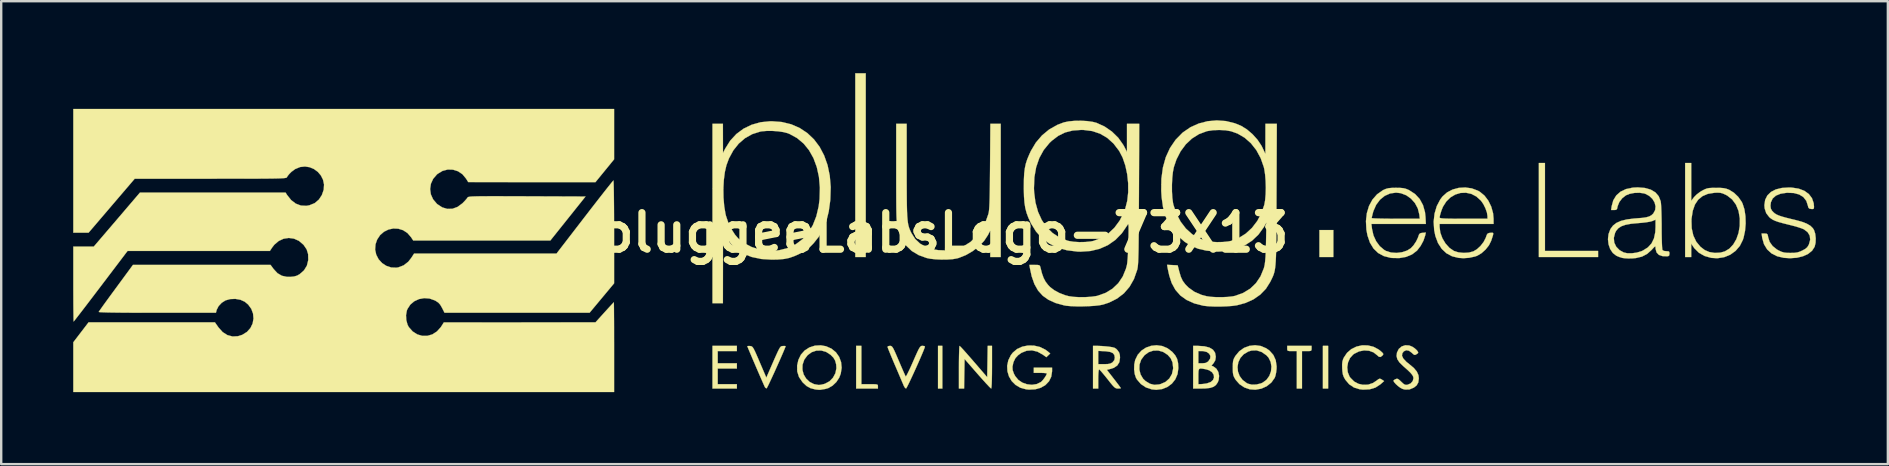
<source format=kicad_pcb>
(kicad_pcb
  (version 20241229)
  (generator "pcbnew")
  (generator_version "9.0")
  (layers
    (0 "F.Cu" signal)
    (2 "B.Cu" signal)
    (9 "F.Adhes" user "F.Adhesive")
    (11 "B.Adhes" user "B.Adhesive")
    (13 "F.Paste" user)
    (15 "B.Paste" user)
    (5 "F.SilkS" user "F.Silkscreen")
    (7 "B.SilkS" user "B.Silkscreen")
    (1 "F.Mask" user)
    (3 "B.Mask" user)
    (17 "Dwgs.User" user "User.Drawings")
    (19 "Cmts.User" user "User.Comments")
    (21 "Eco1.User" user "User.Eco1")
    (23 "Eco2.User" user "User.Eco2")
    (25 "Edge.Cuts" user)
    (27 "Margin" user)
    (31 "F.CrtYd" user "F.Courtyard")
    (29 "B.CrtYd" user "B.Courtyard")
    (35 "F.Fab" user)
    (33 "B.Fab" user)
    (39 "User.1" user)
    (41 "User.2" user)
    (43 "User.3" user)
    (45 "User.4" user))
  (footprint "pluggeeLabsLogo-73X13"
    (layer "F.Cu")
    (at 36.291 6.645)
    (property "Reference" "pluggeeLabsLogo-73X13" (at 0 0 0) (layer "F.SilkS") (effects (font (size 1.524 1.524) (thickness 0.3))))
    (attr through_hole)
    (fp_poly (pts (xy -3.266 1.016) (xy -3.701 1.016) (xy -3.701 -6.64) (xy -3.266 -6.64) (xy -3.266 1.016)) (stroke (width 0.01) (type solid)) (fill yes) (layer "F.SilkS"))
    (fp_poly (pts (xy -0.073 6.495) (xy -0.254 6.495) (xy -0.254 4.717) (xy -0.073 4.717) (xy -0.073 6.495)) (stroke (width 0.01) (type solid)) (fill yes) (layer "F.SilkS"))
    (fp_poly (pts (xy 16.002 6.495) (xy 15.784 6.495) (xy 15.784 4.717) (xy 16.002 4.717) (xy 16.002 6.495)) (stroke (width 0.01) (type solid)) (fill yes) (layer "F.SilkS"))
    (fp_poly (pts (xy 16.22 1.016) (xy 15.639 1.016) (xy 15.639 -0.109) (xy 16.22 -0.109) (xy 16.22 1.016)) (stroke (width 0.01) (type solid)) (fill yes) (layer "F.SilkS"))
    (fp_poly (pts (xy 25.037 0.762) (xy 27.251 0.762) (xy 27.251 1.016) (xy 24.783 1.016) (xy 24.783 -2.903) (xy 25.037 -2.903) (xy 25.037 0.762)) (stroke (width 0.01) (type solid)) (fill yes) (layer "F.SilkS"))
    (fp_poly (pts (xy -8.636 4.935) (xy -9.434 4.935) (xy -9.434 5.443) (xy -8.636 5.443) (xy -8.636 5.661) (xy -9.434 5.661) (xy -9.434 6.314) (xy -8.636 6.314) (xy -8.636 6.495) (xy -9.652 6.495) (xy -9.652 4.717) (xy -8.636 4.717) (xy -8.636 4.935)) (stroke (width 0.01) (type solid)) (fill yes) (layer "F.SilkS"))
    (fp_poly (pts (xy -3.447 6.314) (xy -3.102 6.314) (xy -2.943 6.314) (xy -2.842 6.319) (xy -2.787 6.33) (xy -2.763 6.352) (xy -2.758 6.389) (xy -2.758 6.404) (xy -2.758 6.495) (xy -3.665 6.495) (xy -3.665 4.717) (xy -3.447 4.717) (xy -3.447 6.314)) (stroke (width 0.01) (type solid)) (fill yes) (layer "F.SilkS"))
    (fp_poly (pts (xy 15.313 4.826) (xy 15.309 4.888) (xy 15.287 4.921) (xy 15.229 4.933) (xy 15.116 4.935) (xy 14.913 4.935) (xy 14.913 6.495) (xy 14.696 6.495) (xy 14.696 4.935) (xy 14.496 4.935) (xy 14.382 4.933) (xy 14.323 4.921) (xy 14.3 4.889) (xy 14.297 4.828) (xy 14.297 4.717) (xy 15.313 4.717) (xy 15.313 4.826)) (stroke (width 0.01) (type solid)) (fill yes) (layer "F.SilkS"))
    (fp_poly (pts (xy 1.996 5.606) (xy 1.994 5.88) (xy 1.99 6.112) (xy 1.984 6.295) (xy 1.976 6.423) (xy 1.966 6.488) (xy 1.962 6.495) (xy 1.929 6.469) (xy 1.856 6.396) (xy 1.75 6.283) (xy 1.619 6.138) (xy 1.469 5.97) (xy 1.39 5.88) (xy 0.853 5.265) (xy 0.833 6.495) (xy 0.617 6.495) (xy 0.617 5.606) (xy 0.618 5.361) (xy 0.621 5.141) (xy 0.626 4.958) (xy 0.631 4.82) (xy 0.638 4.737) (xy 0.644 4.718) (xy 0.674 4.744) (xy 0.745 4.818) (xy 0.849 4.932) (xy 0.979 5.079) (xy 1.129 5.25) (xy 1.234 5.371) (xy 1.796 6.023) (xy 1.806 5.37) (xy 1.816 4.717) (xy 1.996 4.717) (xy 1.996 5.606)) (stroke (width 0.01) (type solid)) (fill yes) (layer "F.SilkS"))
    (fp_poly (pts (xy -6.604 4.728) (xy -6.604 4.729) (xy -6.618 4.774) (xy -6.658 4.873) (xy -6.718 5.015) (xy -6.794 5.19) (xy -6.881 5.387) (xy -6.974 5.595) (xy -7.068 5.804) (xy -7.159 6.002) (xy -7.242 6.18) (xy -7.311 6.327) (xy -7.363 6.431) (xy -7.392 6.483) (xy -7.395 6.487) (xy -7.441 6.47) (xy -7.469 6.434) (xy -7.494 6.38) (xy -7.541 6.274) (xy -7.606 6.126) (xy -7.684 5.948) (xy -7.77 5.75) (xy -7.859 5.543) (xy -7.947 5.338) (xy -8.028 5.147) (xy -8.099 4.979) (xy -8.155 4.847) (xy -8.19 4.76) (xy -8.201 4.731) (xy -8.169 4.722) (xy -8.092 4.723) (xy -8.084 4.724) (xy -8.043 4.73) (xy -8.008 4.745) (xy -7.974 4.778) (xy -7.936 4.837) (xy -7.887 4.933) (xy -7.824 5.072) (xy -7.74 5.265) (xy -7.688 5.388) (xy -7.408 6.041) (xy -7.313 5.823) (xy -7.184 5.526) (xy -7.08 5.288) (xy -6.998 5.104) (xy -6.934 4.965) (xy -6.885 4.866) (xy -6.847 4.799) (xy -6.816 4.759) (xy -6.789 4.737) (xy -6.763 4.728) (xy -6.732 4.725) (xy -6.72 4.724) (xy -6.641 4.721) (xy -6.604 4.728)) (stroke (width 0.01) (type solid)) (fill yes) (layer "F.SilkS"))
    (fp_poly (pts (xy 17.653 4.697) (xy 17.889 4.754) (xy 18.109 4.87) (xy 18.192 4.935) (xy 18.27 5.007) (xy 18.301 5.053) (xy 18.29 5.091) (xy 18.265 5.121) (xy 18.189 5.18) (xy 18.118 5.172) (xy 18.049 5.111) (xy 17.894 4.989) (xy 17.706 4.92) (xy 17.499 4.907) (xy 17.29 4.948) (xy 17.093 5.045) (xy 17.044 5.08) (xy 16.914 5.225) (xy 16.832 5.408) (xy 16.799 5.609) (xy 16.819 5.81) (xy 16.892 5.992) (xy 16.933 6.049) (xy 17.09 6.205) (xy 17.266 6.298) (xy 17.445 6.338) (xy 17.667 6.334) (xy 17.869 6.265) (xy 18.017 6.168) (xy 18.1 6.105) (xy 18.153 6.084) (xy 18.203 6.099) (xy 18.242 6.123) (xy 18.335 6.184) (xy 18.18 6.321) (xy 17.975 6.455) (xy 17.733 6.528) (xy 17.456 6.541) (xy 17.313 6.525) (xy 17.08 6.453) (xy 16.878 6.318) (xy 16.716 6.125) (xy 16.711 6.116) (xy 16.651 6.007) (xy 16.615 5.904) (xy 16.596 5.776) (xy 16.588 5.655) (xy 16.585 5.493) (xy 16.596 5.375) (xy 16.625 5.275) (xy 16.655 5.208) (xy 16.79 5.007) (xy 16.969 4.852) (xy 17.181 4.748) (xy 17.413 4.695) (xy 17.653 4.697)) (stroke (width 0.01) (type solid)) (fill yes) (layer "F.SilkS"))
    (fp_poly (pts (xy 9.086 4.723) (xy 9.305 4.814) (xy 9.503 4.964) (xy 9.508 4.969) (xy 9.631 5.112) (xy 9.709 5.259) (xy 9.749 5.431) (xy 9.761 5.644) (xy 9.728 5.892) (xy 9.635 6.11) (xy 9.491 6.292) (xy 9.304 6.43) (xy 9.084 6.518) (xy 8.84 6.548) (xy 8.648 6.529) (xy 8.41 6.449) (xy 8.202 6.31) (xy 8.04 6.125) (xy 7.995 6.048) (xy 7.942 5.89) (xy 7.92 5.707) (xy 8.136 5.707) (xy 8.187 5.909) (xy 8.292 6.087) (xy 8.394 6.184) (xy 8.576 6.295) (xy 8.757 6.341) (xy 8.955 6.325) (xy 9.017 6.31) (xy 9.225 6.219) (xy 9.386 6.076) (xy 9.494 5.891) (xy 9.542 5.674) (xy 9.543 5.625) (xy 9.519 5.41) (xy 9.443 5.236) (xy 9.316 5.092) (xy 9.126 4.969) (xy 8.923 4.911) (xy 8.718 4.916) (xy 8.524 4.981) (xy 8.353 5.105) (xy 8.218 5.284) (xy 8.212 5.294) (xy 8.143 5.496) (xy 8.136 5.707) (xy 7.92 5.707) (xy 7.918 5.694) (xy 7.924 5.49) (xy 7.962 5.306) (xy 7.962 5.305) (xy 8.069 5.087) (xy 8.224 4.914) (xy 8.414 4.789) (xy 8.629 4.714) (xy 8.856 4.691) (xy 9.086 4.723)) (stroke (width 0.01) (type solid)) (fill yes) (layer "F.SilkS"))
    (fp_poly (pts (xy 3.745 4.706) (xy 3.99 4.763) (xy 4.216 4.873) (xy 4.319 4.948) (xy 4.422 5.035) (xy 4.341 5.112) (xy 4.259 5.189) (xy 4.116 5.085) (xy 3.89 4.959) (xy 3.663 4.904) (xy 3.44 4.92) (xy 3.225 5.006) (xy 3.084 5.107) (xy 2.97 5.231) (xy 2.897 5.381) (xy 2.883 5.424) (xy 2.849 5.586) (xy 2.856 5.727) (xy 2.908 5.874) (xy 2.963 5.977) (xy 3.089 6.132) (xy 3.257 6.247) (xy 3.451 6.317) (xy 3.655 6.34) (xy 3.852 6.311) (xy 4.025 6.229) (xy 4.052 6.208) (xy 4.115 6.142) (xy 4.185 6.05) (xy 4.245 5.956) (xy 4.279 5.884) (xy 4.282 5.869) (xy 4.248 5.856) (xy 4.16 5.847) (xy 4.035 5.842) (xy 4.01 5.842) (xy 3.737 5.842) (xy 3.737 5.624) (xy 4.499 5.624) (xy 4.499 5.779) (xy 4.465 6.002) (xy 4.371 6.194) (xy 4.224 6.348) (xy 4.032 6.461) (xy 3.801 6.527) (xy 3.539 6.54) (xy 3.421 6.529) (xy 3.18 6.464) (xy 2.977 6.345) (xy 2.816 6.184) (xy 2.702 5.99) (xy 2.638 5.775) (xy 2.627 5.548) (xy 2.675 5.32) (xy 2.783 5.102) (xy 2.862 5) (xy 3.04 4.849) (xy 3.256 4.75) (xy 3.496 4.702) (xy 3.745 4.706)) (stroke (width 0.01) (type solid)) (fill yes) (layer "F.SilkS"))
    (fp_poly (pts (xy -4.92 4.733) (xy -4.692 4.834) (xy -4.509 4.984) (xy -4.374 5.175) (xy -4.293 5.394) (xy -4.269 5.631) (xy -4.307 5.876) (xy -4.372 6.044) (xy -4.492 6.226) (xy -4.65 6.376) (xy -4.828 6.478) (xy -4.953 6.514) (xy -5.06 6.531) (xy -5.141 6.545) (xy -5.153 6.548) (xy -5.22 6.548) (xy -5.326 6.538) (xy -5.374 6.531) (xy -5.569 6.48) (xy -5.73 6.391) (xy -5.883 6.249) (xy -5.904 6.226) (xy -6.047 6.016) (xy -6.12 5.786) (xy -6.122 5.712) (xy -5.904 5.712) (xy -5.852 5.908) (xy -5.749 6.081) (xy -5.603 6.22) (xy -5.419 6.312) (xy -5.223 6.347) (xy -5.132 6.337) (xy -5.012 6.309) (xy -4.959 6.292) (xy -4.775 6.193) (xy -4.63 6.043) (xy -4.531 5.857) (xy -4.488 5.651) (xy -4.498 5.489) (xy -4.54 5.333) (xy -4.611 5.21) (xy -4.73 5.089) (xy -4.731 5.089) (xy -4.918 4.968) (xy -5.12 4.911) (xy -5.325 4.916) (xy -5.518 4.981) (xy -5.687 5.104) (xy -5.82 5.281) (xy -5.829 5.298) (xy -5.899 5.505) (xy -5.904 5.712) (xy -6.122 5.712) (xy -6.125 5.536) (xy -6.072 5.3) (xy -5.966 5.083) (xy -5.809 4.908) (xy -5.611 4.781) (xy -5.384 4.708) (xy -5.138 4.694) (xy -4.92 4.733)) (stroke (width 0.01) (type solid)) (fill yes) (layer "F.SilkS"))
    (fp_poly (pts (xy -0.828 4.725) (xy -0.798 4.744) (xy -0.812 4.794) (xy -0.851 4.897) (xy -0.911 5.042) (xy -0.987 5.219) (xy -1.073 5.416) (xy -1.166 5.624) (xy -1.26 5.832) (xy -1.351 6.028) (xy -1.433 6.203) (xy -1.503 6.346) (xy -1.555 6.446) (xy -1.584 6.493) (xy -1.587 6.495) (xy -1.63 6.465) (xy -1.676 6.391) (xy -1.682 6.377) (xy -1.71 6.309) (xy -1.763 6.187) (xy -1.834 6.02) (xy -1.918 5.823) (xy -2.011 5.605) (xy -2.045 5.527) (xy -2.137 5.311) (xy -2.218 5.117) (xy -2.284 4.955) (xy -2.332 4.835) (xy -2.356 4.767) (xy -2.359 4.756) (xy -2.327 4.728) (xy -2.256 4.717) (xy -2.219 4.72) (xy -2.186 4.735) (xy -2.152 4.771) (xy -2.113 4.836) (xy -2.062 4.94) (xy -1.995 5.091) (xy -1.906 5.299) (xy -1.887 5.343) (xy -1.802 5.542) (xy -1.726 5.717) (xy -1.664 5.858) (xy -1.62 5.955) (xy -1.599 5.995) (xy -1.599 5.995) (xy -1.579 5.972) (xy -1.534 5.891) (xy -1.471 5.763) (xy -1.393 5.597) (xy -1.306 5.402) (xy -1.292 5.369) (xy -1.194 5.146) (xy -1.119 4.98) (xy -1.063 4.864) (xy -1.019 4.788) (xy -0.984 4.744) (xy -0.952 4.723) (xy -0.917 4.717) (xy -0.903 4.717) (xy -0.828 4.725)) (stroke (width 0.01) (type solid)) (fill yes) (layer "F.SilkS"))
    (fp_poly (pts (xy 6.413 4.718) (xy 6.565 4.724) (xy 6.744 4.738) (xy 6.876 4.752) (xy 7.017 4.774) (xy 7.109 4.801) (xy 7.175 4.845) (xy 7.23 4.904) (xy 7.294 4.997) (xy 7.323 5.096) (xy 7.33 5.214) (xy 7.302 5.397) (xy 7.217 5.535) (xy 7.074 5.632) (xy 6.956 5.672) (xy 6.782 5.716) (xy 7.074 6.092) (xy 7.182 6.232) (xy 7.273 6.351) (xy 7.336 6.437) (xy 7.365 6.479) (xy 7.366 6.481) (xy 7.334 6.49) (xy 7.256 6.495) (xy 7.241 6.495) (xy 7.189 6.491) (xy 7.14 6.473) (xy 7.086 6.433) (xy 7.017 6.36) (xy 6.923 6.247) (xy 6.804 6.096) (xy 6.688 5.952) (xy 6.587 5.831) (xy 6.509 5.743) (xy 6.463 5.7) (xy 6.456 5.697) (xy 6.443 5.731) (xy 6.432 5.823) (xy 6.425 5.961) (xy 6.423 6.096) (xy 6.423 6.495) (xy 6.205 6.495) (xy 6.205 5.479) (xy 6.423 5.479) (xy 6.672 5.479) (xy 6.823 5.474) (xy 6.925 5.454) (xy 7 5.416) (xy 7.016 5.404) (xy 7.093 5.311) (xy 7.112 5.21) (xy 7.093 5.097) (xy 7.032 5.019) (xy 6.92 4.97) (xy 6.747 4.944) (xy 6.692 4.941) (xy 6.423 4.927) (xy 6.423 5.479) (xy 6.205 5.479) (xy 6.205 4.717) (xy 6.413 4.718)) (stroke (width 0.01) (type solid)) (fill yes) (layer "F.SilkS"))
    (fp_poly (pts (xy 10.847 4.735) (xy 11.056 4.788) (xy 11.203 4.877) (xy 11.291 5.003) (xy 11.321 5.168) (xy 11.321 5.171) (xy 11.301 5.316) (xy 11.233 5.433) (xy 11.232 5.435) (xy 11.142 5.541) (xy 11.232 5.582) (xy 11.349 5.673) (xy 11.427 5.808) (xy 11.459 5.969) (xy 11.441 6.138) (xy 11.403 6.238) (xy 11.328 6.347) (xy 11.227 6.422) (xy 11.087 6.469) (xy 10.895 6.491) (xy 10.732 6.495) (xy 10.378 6.495) (xy 10.378 5.987) (xy 10.595 5.987) (xy 10.595 6.314) (xy 10.695 6.312) (xy 10.795 6.304) (xy 10.92 6.286) (xy 10.957 6.279) (xy 11.109 6.224) (xy 11.206 6.137) (xy 11.247 6.032) (xy 11.233 5.921) (xy 11.167 5.818) (xy 11.048 5.736) (xy 10.915 5.694) (xy 10.768 5.667) (xy 10.675 5.66) (xy 10.623 5.687) (xy 10.601 5.757) (xy 10.595 5.881) (xy 10.595 5.987) (xy 10.378 5.987) (xy 10.378 4.935) (xy 10.595 4.935) (xy 10.595 5.443) (xy 10.76 5.443) (xy 10.888 5.43) (xy 10.979 5.385) (xy 11.014 5.354) (xy 11.087 5.244) (xy 11.095 5.136) (xy 11.044 5.041) (xy 10.943 4.971) (xy 10.798 4.936) (xy 10.754 4.935) (xy 10.595 4.935) (xy 10.378 4.935) (xy 10.378 4.717) (xy 10.575 4.717) (xy 10.847 4.735)) (stroke (width 0.01) (type solid)) (fill yes) (layer "F.SilkS"))
    (fp_poly (pts (xy 13.196 4.722) (xy 13.421 4.817) (xy 13.558 4.914) (xy 13.72 5.097) (xy 13.819 5.316) (xy 13.856 5.571) (xy 13.853 5.677) (xy 13.836 5.825) (xy 13.808 5.96) (xy 13.777 6.047) (xy 13.635 6.246) (xy 13.445 6.399) (xy 13.22 6.5) (xy 12.974 6.544) (xy 12.738 6.528) (xy 12.512 6.45) (xy 12.309 6.314) (xy 12.151 6.136) (xy 12.139 6.116) (xy 12.084 6.021) (xy 12.051 5.938) (xy 12.035 5.842) (xy 12.029 5.709) (xy 12.029 5.624) (xy 12.029 5.592) (xy 12.227 5.592) (xy 12.245 5.788) (xy 12.315 5.974) (xy 12.437 6.138) (xy 12.61 6.268) (xy 12.664 6.294) (xy 12.822 6.333) (xy 13.009 6.328) (xy 13.196 6.283) (xy 13.276 6.248) (xy 13.437 6.128) (xy 13.552 5.967) (xy 13.621 5.779) (xy 13.64 5.58) (xy 13.607 5.386) (xy 13.521 5.211) (xy 13.431 5.11) (xy 13.23 4.972) (xy 13.023 4.906) (xy 12.812 4.912) (xy 12.672 4.955) (xy 12.483 5.068) (xy 12.346 5.22) (xy 12.261 5.399) (xy 12.227 5.592) (xy 12.029 5.592) (xy 12.031 5.465) (xy 12.042 5.354) (xy 12.066 5.269) (xy 12.109 5.184) (xy 12.138 5.136) (xy 12.299 4.942) (xy 12.497 4.801) (xy 12.721 4.717) (xy 12.958 4.69) (xy 13.196 4.722)) (stroke (width 0.01) (type solid)) (fill yes) (layer "F.SilkS"))
    (fp_poly (pts (xy 19.379 4.7) (xy 19.509 4.752) (xy 19.613 4.822) (xy 19.698 4.9) (xy 19.713 4.918) (xy 19.754 4.982) (xy 19.746 5.021) (xy 19.69 5.062) (xy 19.631 5.094) (xy 19.585 5.09) (xy 19.526 5.042) (xy 19.492 5.009) (xy 19.371 4.92) (xy 19.256 4.899) (xy 19.157 4.945) (xy 19.094 5.027) (xy 19.08 5.129) (xy 19.136 5.247) (xy 19.262 5.382) (xy 19.383 5.479) (xy 19.573 5.638) (xy 19.698 5.788) (xy 19.766 5.94) (xy 19.782 6.071) (xy 19.76 6.24) (xy 19.69 6.365) (xy 19.576 6.456) (xy 19.392 6.533) (xy 19.207 6.538) (xy 19.104 6.512) (xy 19.016 6.467) (xy 18.915 6.393) (xy 18.821 6.307) (xy 18.75 6.226) (xy 18.723 6.168) (xy 18.753 6.137) (xy 18.812 6.104) (xy 18.868 6.086) (xy 18.919 6.099) (xy 18.986 6.151) (xy 19.048 6.211) (xy 19.139 6.296) (xy 19.205 6.336) (xy 19.271 6.343) (xy 19.313 6.336) (xy 19.443 6.281) (xy 19.529 6.181) (xy 19.558 6.064) (xy 19.546 5.999) (xy 19.506 5.926) (xy 19.43 5.835) (xy 19.311 5.72) (xy 19.142 5.57) (xy 19.13 5.56) (xy 18.977 5.41) (xy 18.886 5.274) (xy 18.853 5.139) (xy 18.871 4.996) (xy 18.946 4.845) (xy 19.066 4.742) (xy 19.215 4.692) (xy 19.379 4.7)) (stroke (width 0.01) (type solid)) (fill yes) (layer "F.SilkS"))
    (fp_poly (pts (xy -1.559 -2.567) (xy -1.559 -2.113) (xy -1.557 -1.725) (xy -1.555 -1.396) (xy -1.551 -1.121) (xy -1.545 -0.893) (xy -1.537 -0.705) (xy -1.525 -0.552) (xy -1.51 -0.425) (xy -1.491 -0.32) (xy -1.467 -0.23) (xy -1.438 -0.148) (xy -1.404 -0.068) (xy -1.363 0.016) (xy -1.206 0.262) (xy -1 0.457) (xy -0.743 0.602) (xy -0.433 0.697) (xy -0.24 0.729) (xy 0.135 0.742) (xy 0.485 0.688) (xy 0.807 0.57) (xy 1.097 0.389) (xy 1.353 0.148) (xy 1.571 -0.15) (xy 1.748 -0.504) (xy 1.841 -0.768) (xy 1.855 -0.822) (xy 1.867 -0.891) (xy 1.877 -0.982) (xy 1.885 -1.1) (xy 1.892 -1.252) (xy 1.898 -1.444) (xy 1.902 -1.684) (xy 1.907 -1.976) (xy 1.91 -2.328) (xy 1.914 -2.747) (xy 1.914 -2.749) (xy 1.927 -4.536) (xy 2.359 -4.536) (xy 2.359 1.016) (xy 1.923 1.016) (xy 1.923 -0.087) (xy 1.824 0.105) (xy 1.666 0.343) (xy 1.451 0.568) (xy 1.193 0.768) (xy 0.907 0.934) (xy 0.609 1.053) (xy 0.544 1.071) (xy 0.367 1.103) (xy 0.142 1.119) (xy -0.106 1.122) (xy -0.354 1.111) (xy -0.578 1.087) (xy -0.728 1.056) (xy -1.064 0.934) (xy -1.348 0.763) (xy -1.58 0.541) (xy -1.761 0.268) (xy -1.894 -0.059) (xy -1.924 -0.166) (xy -1.939 -0.23) (xy -1.952 -0.296) (xy -1.963 -0.369) (xy -1.972 -0.456) (xy -1.979 -0.565) (xy -1.985 -0.7) (xy -1.989 -0.869) (xy -1.992 -1.077) (xy -1.994 -1.332) (xy -1.995 -1.64) (xy -1.996 -2.006) (xy -1.996 -2.439) (xy -1.996 -2.491) (xy -1.996 -4.536) (xy -1.56 -4.536) (xy -1.559 -2.567)) (stroke (width 0.01) (type solid)) (fill yes) (layer "F.SilkS"))
    (fp_poly (pts (xy 31.133 -1.329) (xy 31.249 -1.48) (xy 31.355 -1.588) (xy 31.497 -1.696) (xy 31.584 -1.749) (xy 31.691 -1.804) (xy 31.78 -1.839) (xy 31.873 -1.858) (xy 31.993 -1.866) (xy 32.162 -1.868) (xy 32.167 -1.868) (xy 32.351 -1.866) (xy 32.485 -1.855) (xy 32.592 -1.832) (xy 32.695 -1.794) (xy 32.722 -1.782) (xy 32.914 -1.662) (xy 33.091 -1.492) (xy 33.232 -1.291) (xy 33.273 -1.209) (xy 33.35 -0.969) (xy 33.392 -0.686) (xy 33.401 -0.382) (xy 33.375 -0.076) (xy 33.314 0.208) (xy 33.285 0.299) (xy 33.159 0.551) (xy 32.98 0.759) (xy 32.759 0.918) (xy 32.505 1.022) (xy 32.226 1.066) (xy 31.968 1.051) (xy 31.69 0.973) (xy 31.453 0.838) (xy 31.262 0.649) (xy 31.201 0.562) (xy 31.133 0.454) (xy 31.133 0.735) (xy 31.133 1.016) (xy 30.879 1.016) (xy 30.879 -0.521) (xy 31.142 -0.521) (xy 31.152 -0.183) (xy 31.219 0.117) (xy 31.341 0.376) (xy 31.519 0.591) (xy 31.697 0.726) (xy 31.892 0.809) (xy 32.118 0.844) (xy 32.35 0.831) (xy 32.533 0.78) (xy 32.723 0.665) (xy 32.884 0.492) (xy 33.013 0.271) (xy 33.104 0.01) (xy 33.153 -0.279) (xy 33.156 -0.587) (xy 33.155 -0.6) (xy 33.103 -0.906) (xy 32.997 -1.167) (xy 32.84 -1.381) (xy 32.634 -1.544) (xy 32.564 -1.581) (xy 32.446 -1.634) (xy 32.345 -1.661) (xy 32.23 -1.667) (xy 32.103 -1.662) (xy 31.828 -1.618) (xy 31.602 -1.522) (xy 31.422 -1.374) (xy 31.288 -1.172) (xy 31.197 -0.913) (xy 31.147 -0.595) (xy 31.142 -0.521) (xy 30.879 -0.521) (xy 30.879 -2.903) (xy 31.133 -2.903) (xy 31.133 -1.329)) (stroke (width 0.01) (type solid)) (fill yes) (layer "F.SilkS"))
    (fp_poly (pts (xy 19.005 -1.866) (xy 19.13 -1.855) (xy 19.231 -1.832) (xy 19.332 -1.792) (xy 19.382 -1.768) (xy 19.625 -1.61) (xy 19.817 -1.403) (xy 19.955 -1.149) (xy 20.038 -0.856) (xy 20.059 -0.662) (xy 20.075 -0.363) (xy 17.806 -0.363) (xy 17.831 -0.155) (xy 17.891 0.113) (xy 18.002 0.356) (xy 18.154 0.563) (xy 18.339 0.719) (xy 18.417 0.763) (xy 18.621 0.827) (xy 18.851 0.844) (xy 19.083 0.815) (xy 19.296 0.744) (xy 19.451 0.646) (xy 19.562 0.526) (xy 19.667 0.369) (xy 19.743 0.211) (xy 19.756 0.173) (xy 19.79 0.076) (xy 19.832 0.028) (xy 19.904 0.01) (xy 19.937 0.007) (xy 20.073 -0.005) (xy 20.047 0.116) (xy 19.975 0.332) (xy 19.858 0.55) (xy 19.715 0.737) (xy 19.7 0.753) (xy 19.497 0.907) (xy 19.249 1.011) (xy 18.966 1.06) (xy 18.656 1.054) (xy 18.602 1.047) (xy 18.322 0.976) (xy 18.085 0.847) (xy 17.893 0.661) (xy 17.745 0.418) (xy 17.642 0.119) (xy 17.597 -0.121) (xy 17.578 -0.479) (xy 17.592 -0.608) (xy 17.817 -0.608) (xy 17.851 -0.601) (xy 17.949 -0.594) (xy 18.101 -0.589) (xy 18.298 -0.585) (xy 18.531 -0.582) (xy 18.79 -0.581) (xy 18.819 -0.581) (xy 19.822 -0.581) (xy 19.801 -0.76) (xy 19.739 -1.009) (xy 19.62 -1.232) (xy 19.456 -1.418) (xy 19.256 -1.559) (xy 19.03 -1.645) (xy 18.832 -1.668) (xy 18.584 -1.633) (xy 18.359 -1.533) (xy 18.164 -1.374) (xy 18.005 -1.162) (xy 17.89 -0.902) (xy 17.868 -0.826) (xy 17.84 -0.715) (xy 17.821 -0.634) (xy 17.817 -0.608) (xy 17.592 -0.608) (xy 17.615 -0.812) (xy 17.706 -1.114) (xy 17.848 -1.377) (xy 18.039 -1.596) (xy 18.275 -1.763) (xy 18.315 -1.784) (xy 18.414 -1.826) (xy 18.514 -1.852) (xy 18.639 -1.865) (xy 18.811 -1.869) (xy 18.832 -1.869) (xy 19.005 -1.866)) (stroke (width 0.01) (type solid)) (fill yes) (layer "F.SilkS"))
    (fp_poly (pts (xy 21.989 -1.845) (xy 22.243 -1.75) (xy 22.324 -1.704) (xy 22.517 -1.545) (xy 22.678 -1.332) (xy 22.8 -1.082) (xy 22.875 -0.811) (xy 22.896 -0.58) (xy 22.896 -0.363) (xy 20.647 -0.363) (xy 20.647 -0.24) (xy 20.677 -0.003) (xy 20.763 0.234) (xy 20.893 0.451) (xy 21.057 0.633) (xy 21.244 0.761) (xy 21.246 0.762) (xy 21.429 0.82) (xy 21.645 0.843) (xy 21.864 0.83) (xy 22.053 0.78) (xy 22.205 0.689) (xy 22.355 0.55) (xy 22.483 0.384) (xy 22.57 0.214) (xy 22.577 0.194) (xy 22.614 0.089) (xy 22.653 0.035) (xy 22.712 0.013) (xy 22.768 0.007) (xy 22.833 0.002) (xy 22.871 0.008) (xy 22.884 0.037) (xy 22.873 0.102) (xy 22.838 0.214) (xy 22.794 0.345) (xy 22.703 0.527) (xy 22.564 0.703) (xy 22.396 0.854) (xy 22.216 0.961) (xy 22.131 0.992) (xy 21.875 1.048) (xy 21.64 1.064) (xy 21.441 1.051) (xy 21.168 0.985) (xy 20.932 0.859) (xy 20.735 0.674) (xy 20.581 0.434) (xy 20.471 0.141) (xy 20.421 -0.105) (xy 20.399 -0.456) (xy 20.419 -0.634) (xy 20.647 -0.634) (xy 20.655 -0.618) (xy 20.685 -0.606) (xy 20.745 -0.596) (xy 20.842 -0.589) (xy 20.984 -0.585) (xy 21.177 -0.582) (xy 21.431 -0.581) (xy 21.644 -0.581) (xy 22.642 -0.581) (xy 22.642 -0.688) (xy 22.62 -0.835) (xy 22.56 -1.008) (xy 22.475 -1.181) (xy 22.375 -1.327) (xy 22.37 -1.333) (xy 22.18 -1.506) (xy 21.969 -1.616) (xy 21.746 -1.664) (xy 21.52 -1.655) (xy 21.302 -1.589) (xy 21.101 -1.47) (xy 20.926 -1.299) (xy 20.787 -1.08) (xy 20.725 -0.926) (xy 20.685 -0.798) (xy 20.657 -0.693) (xy 20.647 -0.634) (xy 20.419 -0.634) (xy 20.437 -0.795) (xy 20.53 -1.109) (xy 20.676 -1.386) (xy 20.769 -1.508) (xy 20.959 -1.678) (xy 21.191 -1.798) (xy 21.449 -1.867) (xy 21.719 -1.883) (xy 21.989 -1.845)) (stroke (width 0.01) (type solid)) (fill yes) (layer "F.SilkS"))
    (fp_poly (pts (xy -6.762 -4.611) (xy -6.372 -4.516) (xy -6.017 -4.361) (xy -5.7 -4.151) (xy -5.423 -3.888) (xy -5.188 -3.576) (xy -4.999 -3.217) (xy -4.857 -2.817) (xy -4.765 -2.377) (xy -4.725 -1.901) (xy -4.741 -1.393) (xy -4.746 -1.333) (xy -4.807 -0.886) (xy -4.903 -0.495) (xy -5.037 -0.151) (xy -5.213 0.157) (xy -5.435 0.437) (xy -5.457 0.461) (xy -5.599 0.605) (xy -5.725 0.711) (xy -5.865 0.8) (xy -6.038 0.888) (xy -6.262 0.987) (xy -6.471 1.056) (xy -6.685 1.098) (xy -6.929 1.119) (xy -7.182 1.124) (xy -7.622 1.097) (xy -8.014 1.015) (xy -8.357 0.88) (xy -8.651 0.692) (xy -8.896 0.45) (xy -9.092 0.156) (xy -9.126 0.091) (xy -9.214 -0.091) (xy -9.215 1.424) (xy -9.217 2.939) (xy -9.652 2.939) (xy -9.652 -1.834) (xy -9.198 -1.834) (xy -9.193 -1.466) (xy -9.164 -1.112) (xy -9.111 -0.792) (xy -9.091 -0.708) (xy -8.996 -0.426) (xy -8.867 -0.155) (xy -8.713 0.084) (xy -8.577 0.242) (xy -8.322 0.443) (xy -8.021 0.597) (xy -7.688 0.702) (xy -7.336 0.752) (xy -6.979 0.745) (xy -6.858 0.729) (xy -6.5 0.636) (xy -6.18 0.482) (xy -5.9 0.271) (xy -5.663 0.005) (xy -5.471 -0.313) (xy -5.325 -0.682) (xy -5.227 -1.097) (xy -5.19 -1.402) (xy -5.177 -1.878) (xy -5.216 -2.324) (xy -5.306 -2.734) (xy -5.444 -3.106) (xy -5.628 -3.434) (xy -5.855 -3.713) (xy -6.125 -3.94) (xy -6.434 -4.11) (xy -6.525 -4.147) (xy -6.697 -4.191) (xy -6.915 -4.223) (xy -7.155 -4.24) (xy -7.39 -4.24) (xy -7.597 -4.223) (xy -7.661 -4.212) (xy -7.993 -4.107) (xy -8.293 -3.939) (xy -8.557 -3.712) (xy -8.782 -3.431) (xy -8.963 -3.098) (xy -9.07 -2.812) (xy -9.136 -2.528) (xy -9.179 -2.195) (xy -9.198 -1.834) (xy -9.652 -1.834) (xy -9.652 -4.536) (xy -9.217 -4.536) (xy -9.216 -3.928) (xy -9.215 -3.32) (xy -9.122 -3.502) (xy -8.914 -3.832) (xy -8.658 -4.11) (xy -8.358 -4.333) (xy -8.019 -4.497) (xy -7.645 -4.602) (xy -7.241 -4.643) (xy -7.185 -4.643) (xy -6.762 -4.611)) (stroke (width 0.01) (type solid)) (fill yes) (layer "F.SilkS"))
    (fp_poly (pts (xy 35.324 -1.878) (xy 35.609 -1.834) (xy 35.847 -1.744) (xy 36.033 -1.61) (xy 36.164 -1.436) (xy 36.236 -1.226) (xy 36.249 -1.077) (xy 36.242 -1.008) (xy 36.205 -0.984) (xy 36.132 -0.986) (xy 36.05 -1.004) (xy 36.011 -1.051) (xy 35.993 -1.125) (xy 35.928 -1.325) (xy 35.807 -1.481) (xy 35.633 -1.59) (xy 35.409 -1.651) (xy 35.136 -1.663) (xy 35.104 -1.661) (xy 34.853 -1.622) (xy 34.659 -1.542) (xy 34.525 -1.422) (xy 34.451 -1.262) (xy 34.435 -1.123) (xy 34.448 -1.009) (xy 34.495 -0.919) (xy 34.553 -0.856) (xy 34.613 -0.804) (xy 34.684 -0.759) (xy 34.777 -0.717) (xy 34.904 -0.674) (xy 35.073 -0.626) (xy 35.297 -0.57) (xy 35.465 -0.53) (xy 35.735 -0.457) (xy 35.942 -0.378) (xy 36.094 -0.29) (xy 36.2 -0.187) (xy 36.249 -0.109) (xy 36.299 0.044) (xy 36.321 0.232) (xy 36.314 0.423) (xy 36.276 0.584) (xy 36.273 0.591) (xy 36.167 0.754) (xy 36.003 0.885) (xy 35.79 0.983) (xy 35.537 1.045) (xy 35.253 1.065) (xy 34.992 1.049) (xy 34.713 0.984) (xy 34.479 0.865) (xy 34.295 0.697) (xy 34.165 0.482) (xy 34.091 0.224) (xy 34.089 0.209) (xy 34.064 0.036) (xy 34.19 0.036) (xy 34.271 0.041) (xy 34.311 0.07) (xy 34.331 0.143) (xy 34.337 0.187) (xy 34.399 0.382) (xy 34.523 0.557) (xy 34.703 0.701) (xy 34.77 0.739) (xy 34.891 0.795) (xy 34.999 0.827) (xy 35.124 0.841) (xy 35.267 0.844) (xy 35.434 0.84) (xy 35.56 0.822) (xy 35.674 0.785) (xy 35.763 0.744) (xy 35.888 0.675) (xy 35.967 0.606) (xy 36.024 0.515) (xy 36.039 0.481) (xy 36.09 0.294) (xy 36.071 0.126) (xy 35.984 -0.019) (xy 35.832 -0.136) (xy 35.813 -0.146) (xy 35.721 -0.183) (xy 35.578 -0.23) (xy 35.402 -0.28) (xy 35.214 -0.328) (xy 35.209 -0.329) (xy 34.962 -0.391) (xy 34.774 -0.443) (xy 34.633 -0.492) (xy 34.526 -0.542) (xy 34.442 -0.598) (xy 34.385 -0.646) (xy 34.257 -0.812) (xy 34.191 -1.013) (xy 34.181 -1.149) (xy 34.213 -1.368) (xy 34.305 -1.551) (xy 34.455 -1.697) (xy 34.658 -1.802) (xy 34.913 -1.864) (xy 35.214 -1.882) (xy 35.324 -1.878)) (stroke (width 0.01) (type solid)) (fill yes) (layer "F.SilkS"))
    (fp_poly (pts (xy 29.2 -1.863) (xy 29.446 -1.793) (xy 29.64 -1.678) (xy 29.777 -1.519) (xy 29.857 -1.317) (xy 29.86 -1.307) (xy 29.872 -1.214) (xy 29.882 -1.061) (xy 29.89 -0.859) (xy 29.896 -0.619) (xy 29.9 -0.353) (xy 29.9 -0.225) (xy 29.901 0.025) (xy 29.905 0.252) (xy 29.911 0.447) (xy 29.918 0.597) (xy 29.927 0.694) (xy 29.934 0.724) (xy 29.994 0.761) (xy 30.097 0.773) (xy 30.183 0.776) (xy 30.219 0.804) (xy 30.226 0.873) (xy 30.226 0.874) (xy 30.213 0.953) (xy 30.166 0.983) (xy 30.144 0.985) (xy 29.937 0.979) (xy 29.785 0.926) (xy 29.689 0.825) (xy 29.647 0.678) (xy 29.645 0.633) (xy 29.642 0.585) (xy 29.626 0.574) (xy 29.587 0.605) (xy 29.513 0.684) (xy 29.483 0.717) (xy 29.296 0.885) (xy 29.083 0.997) (xy 28.83 1.058) (xy 28.668 1.073) (xy 28.512 1.075) (xy 28.365 1.067) (xy 28.258 1.052) (xy 28.256 1.051) (xy 28.133 1.013) (xy 28.02 0.965) (xy 28.013 0.962) (xy 27.865 0.847) (xy 27.755 0.684) (xy 27.687 0.487) (xy 27.663 0.274) (xy 27.669 0.217) (xy 27.907 0.217) (xy 27.924 0.411) (xy 28.006 0.585) (xy 28.148 0.73) (xy 28.32 0.825) (xy 28.47 0.858) (xy 28.658 0.859) (xy 28.86 0.831) (xy 29.049 0.776) (xy 29.117 0.746) (xy 29.325 0.615) (xy 29.478 0.448) (xy 29.58 0.238) (xy 29.634 -0.019) (xy 29.645 -0.24) (xy 29.645 -0.541) (xy 29.511 -0.484) (xy 29.416 -0.458) (xy 29.266 -0.433) (xy 29.078 -0.411) (xy 28.912 -0.397) (xy 28.622 -0.37) (xy 28.394 -0.327) (xy 28.221 -0.266) (xy 28.093 -0.183) (xy 28.001 -0.073) (xy 27.959 0.012) (xy 27.907 0.217) (xy 27.669 0.217) (xy 27.687 0.058) (xy 27.763 -0.144) (xy 27.768 -0.154) (xy 27.873 -0.295) (xy 28.015 -0.406) (xy 28.203 -0.49) (xy 28.444 -0.55) (xy 28.745 -0.589) (xy 28.865 -0.598) (xy 29.091 -0.616) (xy 29.257 -0.64) (xy 29.379 -0.675) (xy 29.469 -0.723) (xy 29.542 -0.79) (xy 29.554 -0.803) (xy 29.63 -0.944) (xy 29.645 -1.1) (xy 29.605 -1.259) (xy 29.516 -1.406) (xy 29.384 -1.531) (xy 29.215 -1.62) (xy 29.163 -1.636) (xy 28.974 -1.663) (xy 28.763 -1.656) (xy 28.562 -1.617) (xy 28.416 -1.558) (xy 28.259 -1.437) (xy 28.137 -1.277) (xy 28.066 -1.103) (xy 28.061 -1.075) (xy 28.04 -0.988) (xy 28.001 -0.951) (xy 27.921 -0.943) (xy 27.917 -0.943) (xy 27.794 -0.943) (xy 27.816 -1.098) (xy 27.884 -1.347) (xy 28.008 -1.551) (xy 28.186 -1.708) (xy 28.415 -1.817) (xy 28.694 -1.876) (xy 28.902 -1.887) (xy 29.2 -1.863)) (stroke (width 0.01) (type solid)) (fill yes) (layer "F.SilkS"))
    (fp_poly (pts (xy 11.745 -4.65) (xy 12.12 -4.557) (xy 12.372 -4.454) (xy 12.612 -4.307) (xy 12.846 -4.108) (xy 13.055 -3.877) (xy 13.219 -3.633) (xy 13.262 -3.55) (xy 13.387 -3.284) (xy 13.388 -3.91) (xy 13.389 -4.536) (xy 13.864 -4.536) (xy 13.852 -1.587) (xy 13.85 -1.041) (xy 13.848 -0.562) (xy 13.846 -0.145) (xy 13.844 0.215) (xy 13.84 0.523) (xy 13.835 0.785) (xy 13.828 1.005) (xy 13.819 1.188) (xy 13.808 1.341) (xy 13.794 1.467) (xy 13.777 1.573) (xy 13.756 1.664) (xy 13.731 1.744) (xy 13.702 1.819) (xy 13.668 1.893) (xy 13.629 1.973) (xy 13.59 2.052) (xy 13.411 2.337) (xy 13.175 2.581) (xy 12.888 2.781) (xy 12.553 2.931) (xy 12.197 3.027) (xy 12.007 3.053) (xy 11.772 3.07) (xy 11.514 3.079) (xy 11.256 3.078) (xy 11.02 3.068) (xy 10.829 3.048) (xy 10.795 3.043) (xy 10.422 2.947) (xy 10.106 2.805) (xy 9.845 2.618) (xy 9.638 2.383) (xy 9.482 2.098) (xy 9.384 1.796) (xy 9.352 1.656) (xy 9.324 1.526) (xy 9.311 1.459) (xy 9.29 1.339) (xy 9.512 1.35) (xy 9.733 1.361) (xy 9.801 1.627) (xy 9.865 1.841) (xy 9.943 2.008) (xy 10.051 2.153) (xy 10.181 2.285) (xy 10.425 2.461) (xy 10.72 2.59) (xy 10.938 2.648) (xy 11.121 2.674) (xy 11.346 2.687) (xy 11.587 2.688) (xy 11.822 2.677) (xy 12.024 2.654) (xy 12.129 2.632) (xy 12.466 2.509) (xy 12.756 2.332) (xy 12.995 2.103) (xy 13.184 1.822) (xy 13.32 1.491) (xy 13.338 1.43) (xy 13.36 1.325) (xy 13.378 1.185) (xy 13.393 1.002) (xy 13.404 0.767) (xy 13.412 0.469) (xy 13.414 0.399) (xy 13.431 -0.417) (xy 13.314 -0.218) (xy 13.097 0.082) (xy 12.831 0.334) (xy 12.521 0.535) (xy 12.174 0.68) (xy 11.799 0.767) (xy 11.401 0.791) (xy 11.306 0.787) (xy 10.921 0.747) (xy 10.587 0.67) (xy 10.292 0.549) (xy 10.024 0.381) (xy 9.769 0.16) (xy 9.758 0.148) (xy 9.53 -0.112) (xy 9.35 -0.395) (xy 9.215 -0.71) (xy 9.121 -1.065) (xy 9.064 -1.47) (xy 9.047 -1.742) (xy 9.05 -1.997) (xy 9.494 -1.997) (xy 9.495 -1.717) (xy 9.51 -1.455) (xy 9.54 -1.234) (xy 9.556 -1.161) (xy 9.682 -0.789) (xy 9.857 -0.457) (xy 10.075 -0.172) (xy 10.332 0.061) (xy 10.622 0.237) (xy 10.935 0.348) (xy 11.134 0.38) (xy 11.371 0.394) (xy 11.616 0.389) (xy 11.839 0.367) (xy 11.955 0.344) (xy 12.276 0.223) (xy 12.569 0.04) (xy 12.829 -0.199) (xy 13.05 -0.488) (xy 13.225 -0.821) (xy 13.342 -1.161) (xy 13.377 -1.356) (xy 13.398 -1.601) (xy 13.405 -1.875) (xy 13.397 -2.155) (xy 13.376 -2.42) (xy 13.341 -2.649) (xy 13.322 -2.732) (xy 13.191 -3.106) (xy 13.011 -3.438) (xy 12.787 -3.723) (xy 12.525 -3.955) (xy 12.228 -4.129) (xy 11.955 -4.226) (xy 11.727 -4.265) (xy 11.465 -4.279) (xy 11.2 -4.268) (xy 10.967 -4.232) (xy 10.941 -4.226) (xy 10.62 -4.106) (xy 10.329 -3.923) (xy 10.072 -3.682) (xy 9.855 -3.39) (xy 9.682 -3.051) (xy 9.574 -2.732) (xy 9.534 -2.527) (xy 9.507 -2.274) (xy 9.494 -1.997) (xy 9.05 -1.997) (xy 9.054 -2.25) (xy 9.118 -2.718) (xy 9.237 -3.145) (xy 9.413 -3.528) (xy 9.642 -3.866) (xy 9.926 -4.156) (xy 9.951 -4.178) (xy 10.264 -4.393) (xy 10.611 -4.549) (xy 10.98 -4.644) (xy 11.362 -4.678) (xy 11.745 -4.65)) (stroke (width 0.01) (type solid)) (fill yes) (layer "F.SilkS"))
    (fp_poly (pts (xy 5.961 -4.65) (xy 6.194 -4.617) (xy 6.35 -4.577) (xy 6.687 -4.423) (xy 6.993 -4.212) (xy 7.257 -3.954) (xy 7.466 -3.658) (xy 7.506 -3.586) (xy 7.62 -3.364) (xy 7.62 -4.536) (xy 8.131 -4.536) (xy 8.119 -1.606) (xy 8.116 -1.07) (xy 8.114 -0.601) (xy 8.111 -0.196) (xy 8.108 0.152) (xy 8.105 0.448) (xy 8.102 0.696) (xy 8.097 0.901) (xy 8.092 1.069) (xy 8.087 1.204) (xy 8.08 1.312) (xy 8.072 1.396) (xy 8.063 1.464) (xy 8.053 1.518) (xy 8.043 1.557) (xy 7.911 1.933) (xy 7.727 2.256) (xy 7.493 2.527) (xy 7.209 2.746) (xy 6.873 2.914) (xy 6.622 2.997) (xy 6.471 3.026) (xy 6.266 3.049) (xy 6.026 3.064) (xy 5.77 3.072) (xy 5.517 3.072) (xy 5.285 3.063) (xy 5.093 3.046) (xy 5.007 3.031) (xy 4.652 2.934) (xy 4.354 2.801) (xy 4.111 2.629) (xy 3.915 2.412) (xy 3.763 2.143) (xy 3.649 1.819) (xy 3.576 1.479) (xy 3.553 1.343) (xy 3.771 1.343) (xy 3.893 1.345) (xy 3.961 1.356) (xy 3.994 1.385) (xy 4.012 1.439) (xy 4.013 1.442) (xy 4.076 1.691) (xy 4.145 1.885) (xy 4.228 2.042) (xy 4.334 2.18) (xy 4.418 2.267) (xy 4.586 2.396) (xy 4.8 2.512) (xy 5.034 2.604) (xy 5.201 2.648) (xy 5.397 2.675) (xy 5.634 2.688) (xy 5.885 2.686) (xy 6.126 2.671) (xy 6.33 2.643) (xy 6.394 2.629) (xy 6.73 2.509) (xy 7.017 2.334) (xy 7.256 2.107) (xy 7.443 1.829) (xy 7.577 1.503) (xy 7.619 1.343) (xy 7.633 1.246) (xy 7.647 1.091) (xy 7.66 0.892) (xy 7.67 0.663) (xy 7.678 0.42) (xy 7.679 0.363) (xy 7.685 0.107) (xy 7.687 -0.084) (xy 7.687 -0.217) (xy 7.684 -0.302) (xy 7.677 -0.344) (xy 7.665 -0.352) (xy 7.649 -0.334) (xy 7.634 -0.308) (xy 7.406 0.026) (xy 7.137 0.302) (xy 6.828 0.518) (xy 6.482 0.672) (xy 6.101 0.764) (xy 5.687 0.792) (xy 5.554 0.788) (xy 5.119 0.734) (xy 4.729 0.624) (xy 4.385 0.457) (xy 4.085 0.234) (xy 3.831 -0.046) (xy 3.623 -0.382) (xy 3.615 -0.397) (xy 3.515 -0.613) (xy 3.439 -0.816) (xy 3.384 -1.021) (xy 3.349 -1.244) (xy 3.329 -1.502) (xy 3.321 -1.811) (xy 3.321 -1.851) (xy 3.744 -1.851) (xy 3.752 -1.684) (xy 3.807 -1.256) (xy 3.914 -0.869) (xy 4.07 -0.526) (xy 4.272 -0.231) (xy 4.518 0.012) (xy 4.805 0.2) (xy 5.13 0.329) (xy 5.201 0.348) (xy 5.401 0.38) (xy 5.638 0.394) (xy 5.883 0.389) (xy 6.106 0.367) (xy 6.222 0.344) (xy 6.545 0.223) (xy 6.838 0.038) (xy 7.096 -0.205) (xy 7.316 -0.504) (xy 7.493 -0.853) (xy 7.55 -1.006) (xy 7.632 -1.329) (xy 7.671 -1.686) (xy 7.669 -2.061) (xy 7.629 -2.437) (xy 7.551 -2.798) (xy 7.439 -3.127) (xy 7.294 -3.406) (xy 7.061 -3.711) (xy 6.798 -3.949) (xy 6.502 -4.123) (xy 6.174 -4.233) (xy 5.81 -4.28) (xy 5.714 -4.282) (xy 5.358 -4.256) (xy 5.042 -4.175) (xy 4.755 -4.034) (xy 4.485 -3.828) (xy 4.391 -3.738) (xy 4.152 -3.447) (xy 3.967 -3.11) (xy 3.836 -2.729) (xy 3.762 -2.309) (xy 3.744 -1.851) (xy 3.321 -1.851) (xy 3.321 -1.923) (xy 3.325 -2.226) (xy 3.338 -2.475) (xy 3.364 -2.685) (xy 3.405 -2.876) (xy 3.466 -3.063) (xy 3.551 -3.265) (xy 3.617 -3.408) (xy 3.821 -3.751) (xy 4.077 -4.051) (xy 4.379 -4.301) (xy 4.72 -4.493) (xy 4.989 -4.595) (xy 5.191 -4.637) (xy 5.436 -4.66) (xy 5.7 -4.664) (xy 5.961 -4.65)) (stroke (width 0.01) (type solid)) (fill yes) (layer "F.SilkS"))
    (fp_poly (pts (xy -13.752 -3.055) (xy -14.14 -2.58) (xy -14.528 -2.105) (xy -17.179 -2.106) (xy -19.83 -2.107) (xy -19.921 -2.253) (xy -20.071 -2.435) (xy -20.257 -2.559) (xy -20.465 -2.625) (xy -20.684 -2.631) (xy -20.9 -2.574) (xy -21.102 -2.452) (xy -21.133 -2.427) (xy -21.291 -2.244) (xy -21.386 -2.037) (xy -21.418 -1.818) (xy -21.388 -1.599) (xy -21.295 -1.391) (xy -21.139 -1.206) (xy -21.12 -1.189) (xy -20.914 -1.054) (xy -20.701 -0.99) (xy -20.486 -0.996) (xy -20.275 -1.073) (xy -20.076 -1.22) (xy -20.062 -1.233) (xy -19.969 -1.329) (xy -19.895 -1.413) (xy -19.861 -1.461) (xy -19.851 -1.473) (xy -19.832 -1.484) (xy -19.799 -1.493) (xy -19.746 -1.501) (xy -19.67 -1.507) (xy -19.563 -1.511) (xy -19.422 -1.515) (xy -19.241 -1.517) (xy -19.014 -1.518) (xy -18.738 -1.519) (xy -18.406 -1.518) (xy -18.014 -1.517) (xy -17.556 -1.516) (xy -17.385 -1.515) (xy -14.943 -1.506) (xy -15.675 -0.59) (xy -16.408 0.327) (xy -22.122 0.327) (xy -22.21 0.192) (xy -22.363 0.015) (xy -22.544 -0.103) (xy -22.744 -0.165) (xy -22.951 -0.174) (xy -23.153 -0.131) (xy -23.341 -0.038) (xy -23.502 0.102) (xy -23.625 0.287) (xy -23.693 0.483) (xy -23.71 0.707) (xy -23.663 0.919) (xy -23.564 1.109) (xy -23.42 1.267) (xy -23.242 1.384) (xy -23.039 1.451) (xy -22.82 1.459) (xy -22.742 1.446) (xy -22.518 1.36) (xy -22.327 1.21) (xy -22.205 1.054) (xy -22.086 0.871) (xy -16.151 0.871) (xy -14.979 -0.651) (xy -14.755 -0.941) (xy -14.544 -1.213) (xy -14.35 -1.462) (xy -14.178 -1.682) (xy -14.031 -1.868) (xy -13.914 -2.014) (xy -13.831 -2.117) (xy -13.786 -2.169) (xy -13.78 -2.175) (xy -13.775 -2.14) (xy -13.77 -2.039) (xy -13.766 -1.878) (xy -13.762 -1.663) (xy -13.759 -1.401) (xy -13.756 -1.098) (xy -13.754 -0.761) (xy -13.753 -0.394) (xy -13.752 -0.033) (xy -13.752 2.112) (xy -14.263 2.725) (xy -14.774 3.338) (xy -20.817 3.338) (xy -20.922 3.131) (xy -20.997 3.002) (xy -21.077 2.914) (xy -21.188 2.841) (xy -21.222 2.823) (xy -21.441 2.745) (xy -21.665 2.728) (xy -21.882 2.768) (xy -22.079 2.859) (xy -22.243 2.998) (xy -22.361 3.179) (xy -22.389 3.25) (xy -22.422 3.439) (xy -22.411 3.643) (xy -22.359 3.833) (xy -22.306 3.935) (xy -22.143 4.118) (xy -21.953 4.239) (xy -21.746 4.3) (xy -21.534 4.3) (xy -21.327 4.24) (xy -21.137 4.119) (xy -20.974 3.939) (xy -20.955 3.91) (xy -20.846 3.739) (xy -14.527 3.737) (xy -14.15 3.32) (xy -14.02 3.177) (xy -13.908 3.055) (xy -13.823 2.963) (xy -13.772 2.911) (xy -13.763 2.903) (xy -13.761 2.938) (xy -13.759 3.039) (xy -13.757 3.199) (xy -13.756 3.411) (xy -13.754 3.669) (xy -13.753 3.965) (xy -13.753 4.294) (xy -13.752 4.647) (xy -13.752 4.772) (xy -13.752 6.64) (xy -36.286 6.64) (xy -36.286 4.567) (xy -35.651 3.737) (xy -30.385 3.737) (xy -30.235 3.951) (xy -30.063 4.143) (xy -29.867 4.268) (xy -29.653 4.326) (xy -29.427 4.315) (xy -29.243 4.256) (xy -29.048 4.134) (xy -28.905 3.973) (xy -28.814 3.785) (xy -28.778 3.581) (xy -28.796 3.373) (xy -28.87 3.174) (xy -29 2.996) (xy -29.143 2.877) (xy -29.322 2.796) (xy -29.534 2.759) (xy -29.752 2.768) (xy -29.944 2.822) (xy -30.102 2.922) (xy -30.232 3.061) (xy -30.312 3.216) (xy -30.318 3.239) (xy -30.343 3.338) (xy -32.791 3.338) (xy -33.324 3.338) (xy -33.795 3.336) (xy -34.201 3.334) (xy -34.541 3.33) (xy -34.815 3.326) (xy -35.02 3.32) (xy -35.156 3.314) (xy -35.221 3.306) (xy -35.227 3.303) (xy -35.204 3.266) (xy -35.142 3.178) (xy -35.048 3.045) (xy -34.926 2.876) (xy -34.781 2.677) (xy -34.619 2.456) (xy -34.508 2.305) (xy -33.801 1.343) (xy -28.067 1.343) (xy -27.94 1.515) (xy -27.779 1.689) (xy -27.595 1.796) (xy -27.38 1.842) (xy -27.247 1.843) (xy -27.085 1.826) (xy -26.962 1.79) (xy -26.857 1.731) (xy -26.674 1.571) (xy -26.553 1.375) (xy -26.497 1.146) (xy -26.496 1.125) (xy -26.502 0.894) (xy -26.562 0.699) (xy -26.683 0.519) (xy -26.702 0.498) (xy -26.886 0.341) (xy -27.092 0.249) (xy -27.307 0.22) (xy -27.523 0.252) (xy -27.726 0.346) (xy -27.908 0.5) (xy -28.001 0.62) (xy -28.095 0.762) (xy -34.026 0.762) (xy -35.141 2.232) (xy -35.358 2.517) (xy -35.561 2.784) (xy -35.747 3.028) (xy -35.911 3.242) (xy -36.05 3.422) (xy -36.158 3.561) (xy -36.232 3.656) (xy -36.268 3.699) (xy -36.271 3.701) (xy -36.274 3.666) (xy -36.277 3.566) (xy -36.279 3.408) (xy -36.282 3.2) (xy -36.284 2.948) (xy -36.285 2.662) (xy -36.286 2.347) (xy -36.286 2.141) (xy -36.286 0.581) (xy -35.859 0.58) (xy -35.433 0.58) (xy -34.471 -0.544) (xy -33.51 -1.669) (xy -30.475 -1.669) (xy -27.44 -1.669) (xy -27.377 -1.569) (xy -27.209 -1.358) (xy -27.016 -1.21) (xy -26.804 -1.13) (xy -26.576 -1.118) (xy -26.448 -1.141) (xy -26.228 -1.231) (xy -26.054 -1.378) (xy -25.93 -1.566) (xy -25.852 -1.79) (xy -25.838 -2.004) (xy -25.88 -2.204) (xy -25.969 -2.382) (xy -26.097 -2.533) (xy -26.256 -2.65) (xy -26.437 -2.727) (xy -26.633 -2.757) (xy -26.835 -2.735) (xy -27.036 -2.654) (xy -27.199 -2.534) (xy -27.288 -2.443) (xy -27.355 -2.361) (xy -27.379 -2.319) (xy -27.384 -2.307) (xy -27.396 -2.296) (xy -27.418 -2.287) (xy -27.455 -2.279) (xy -27.512 -2.272) (xy -27.593 -2.267) (xy -27.702 -2.262) (xy -27.845 -2.258) (xy -28.025 -2.255) (xy -28.248 -2.253) (xy -28.517 -2.251) (xy -28.837 -2.25) (xy -29.213 -2.249) (xy -29.649 -2.249) (xy -30.15 -2.249) (xy -30.564 -2.248) (xy -33.728 -2.247) (xy -34.688 -1.124) (xy -35.649 0) (xy -36.286 0) (xy -36.286 -5.153) (xy -13.752 -5.153) (xy -13.752 -3.055)) (stroke (width 0.01) (type solid)) (fill yes) (layer "F.SilkS")))
  (gr_rect
    (start -3 -3)
    (end 75.617 16.291)
    (stroke (width 0.1) (type default))
    (fill no)
    (layer "Edge.Cuts")))
</source>
